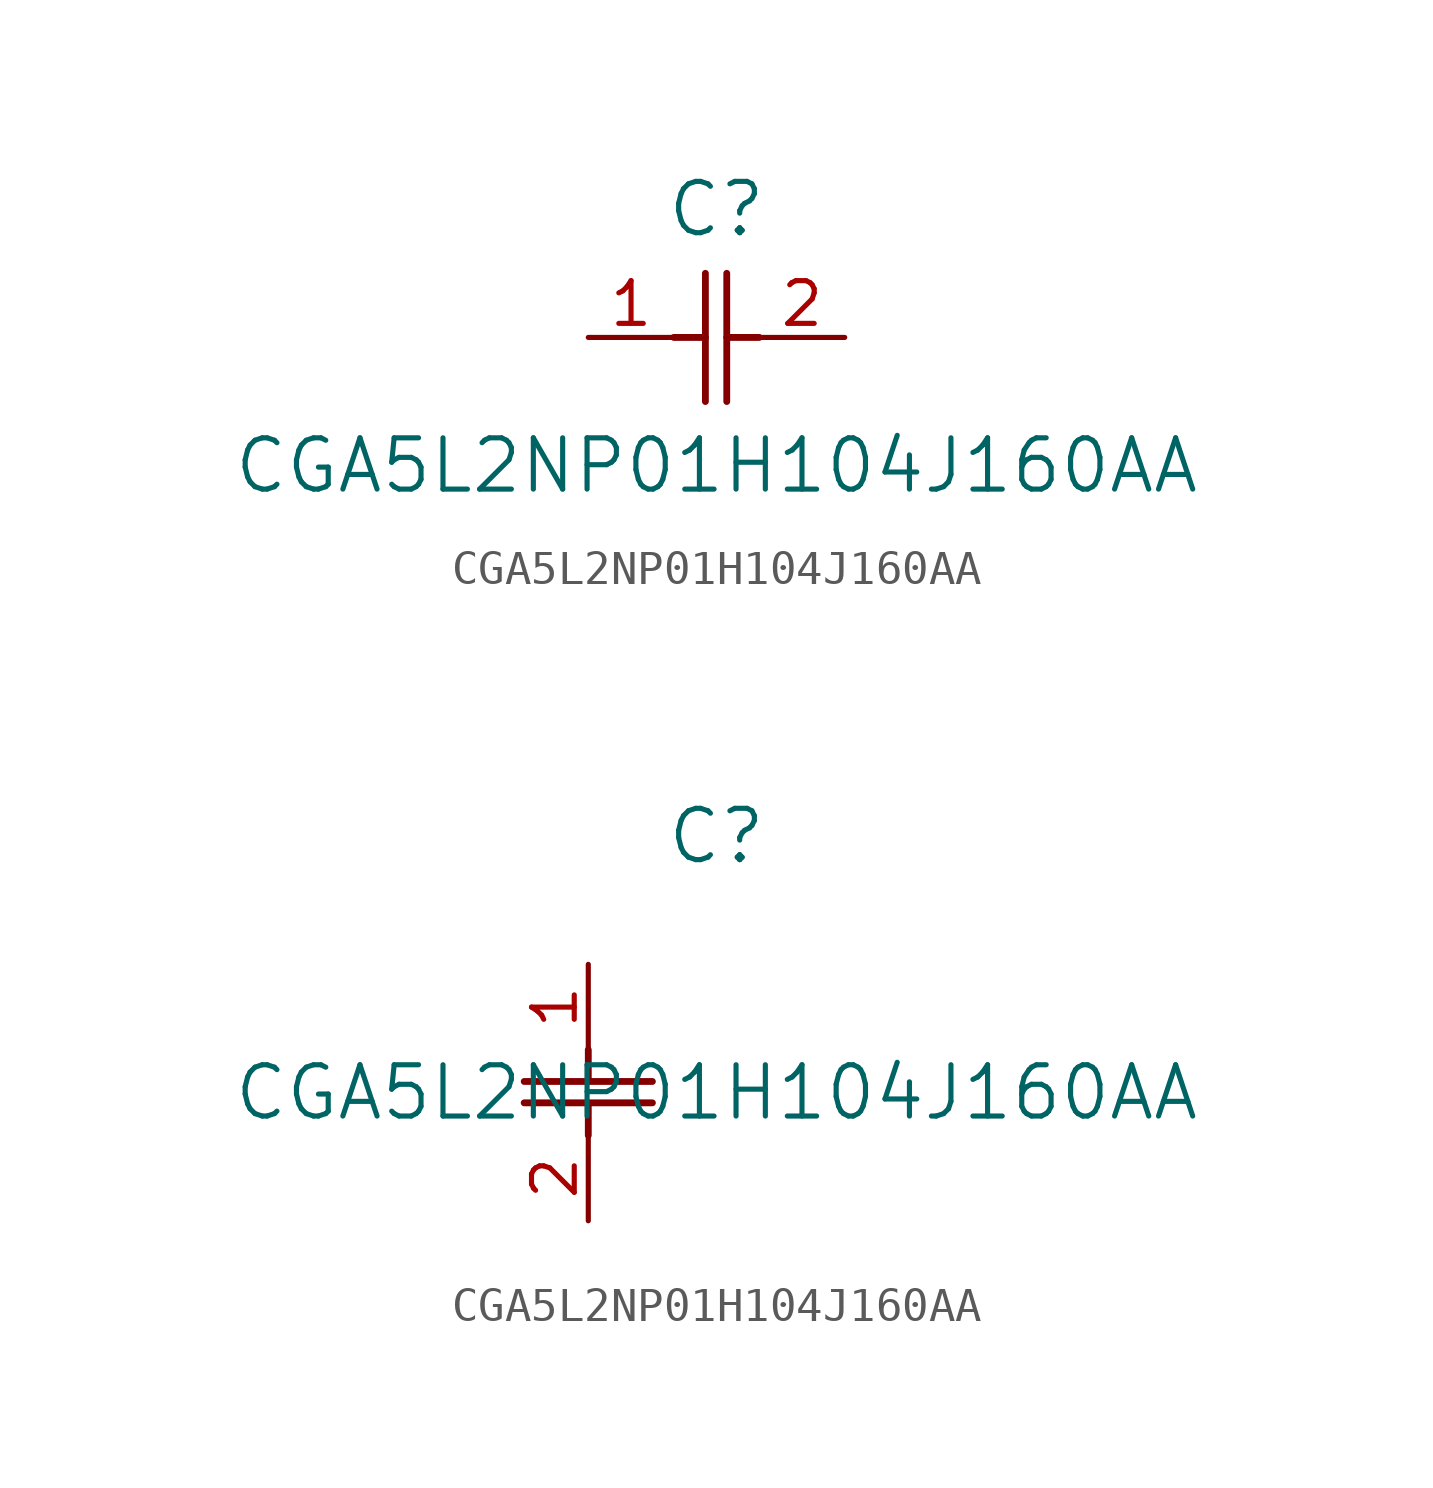
<source format=kicad_sym>
(kicad_symbol_lib
  (version 20211014)
  (generator kicad_symbol_editor)
  (symbol "CGA5L2NP01H104J160AA"
    (pin_names
      (offset 0.254))
    (property "Reference" "C"
      (at 3.81 3.81 0)
      (effects (font (size 1.524 1.524))))
    (property "Value" "CGA5L2NP01H104J160AA"
      (at 3.81 -3.81 0)
      (effects (font (size 1.524 1.524))))
    (symbol "CGA5L2NP01H104J160AA_1_1"
      (polyline (pts (xy 3.48 -1.905) (xy 3.48 1.905)) (stroke (width 0.203) (type default) (color 0 0 0 0)) (fill (type none)))
      (polyline (pts (xy 4.115 -1.905) (xy 4.115 1.905)) (stroke (width 0.203) (type default) (color 0 0 0 0)) (fill (type none)))
      (polyline (pts (xy 4.115 0) (xy 5.08 0)) (stroke (width 0.203) (type default) (color 0 0 0 0)) (fill (type none)))
      (polyline (pts (xy 2.54 0) (xy 3.48 0)) (stroke (width 0.203) (type default) (color 0 0 0 0)) (fill (type none)))
      (pin unspecified line (at 0 0 0) (length 2.54) (name "" (effects (font (size 1.27 1.27)))) (number "1" (effects (font (size 1.27 1.27)))))
      (pin unspecified line (at 7.62 0 180) (length 2.54) (name "" (effects (font (size 1.27 1.27)))) (number "2" (effects (font (size 1.27 1.27))))))
    (symbol "CGA5L2NP01H104J160AA_1_2"
      (polyline (pts (xy -1.905 -3.48) (xy 1.905 -3.48)) (stroke (width 0.203) (type default) (color 0 0 0 0)) (fill (type none)))
      (polyline (pts (xy -1.905 -4.115) (xy 1.905 -4.115)) (stroke (width 0.203) (type default) (color 0 0 0 0)) (fill (type none)))
      (polyline (pts (xy 0 -4.115) (xy 0 -5.08)) (stroke (width 0.203) (type default) (color 0 0 0 0)) (fill (type none)))
      (polyline (pts (xy 0 -2.54) (xy 0 -3.48)) (stroke (width 0.203) (type default) (color 0 0 0 0)) (fill (type none)))
      (pin unspecified line (at 0 0 270) (length 2.54) (name "" (effects (font (size 1.27 1.27)))) (number "1" (effects (font (size 1.27 1.27)))))
      (pin unspecified line (at 0 -7.62 90) (length 2.54) (name "" (effects (font (size 1.27 1.27)))) (number "2" (effects (font (size 1.27 1.27))))))))
</source>
